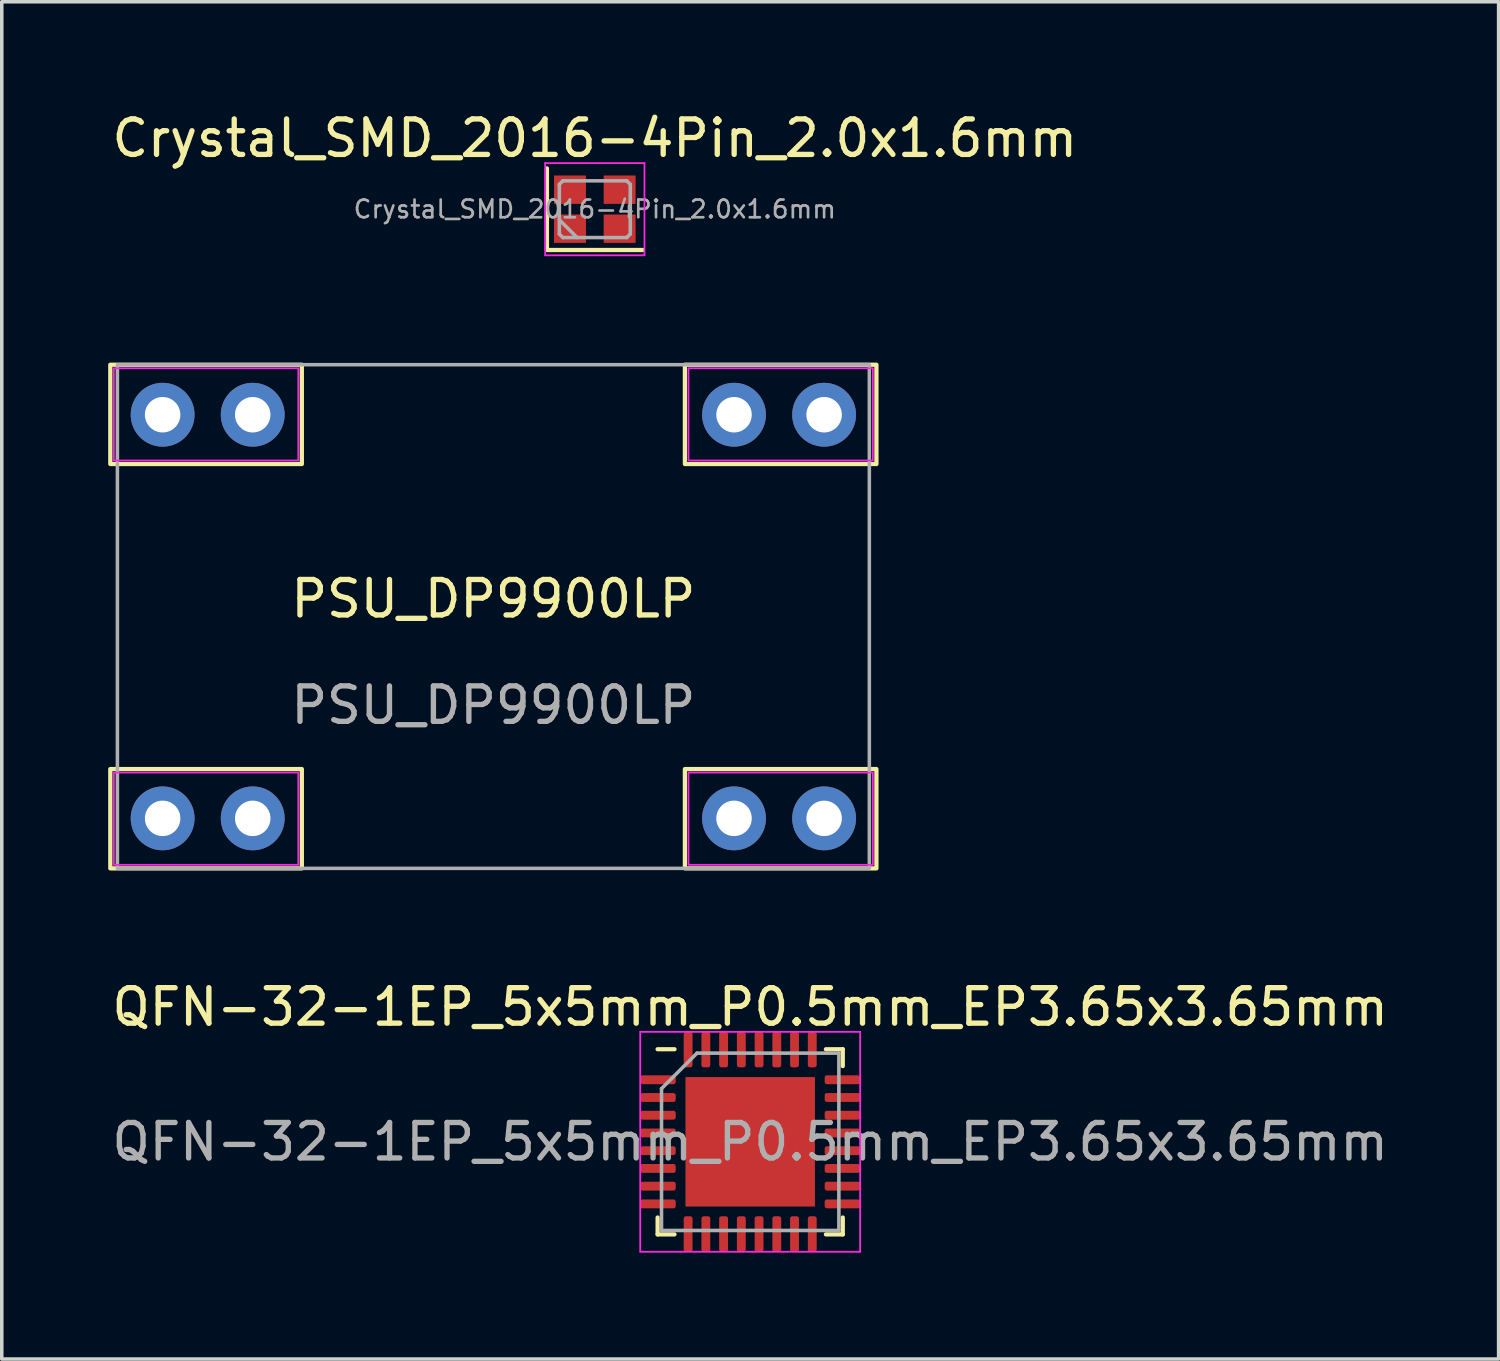
<source format=kicad_pcb>
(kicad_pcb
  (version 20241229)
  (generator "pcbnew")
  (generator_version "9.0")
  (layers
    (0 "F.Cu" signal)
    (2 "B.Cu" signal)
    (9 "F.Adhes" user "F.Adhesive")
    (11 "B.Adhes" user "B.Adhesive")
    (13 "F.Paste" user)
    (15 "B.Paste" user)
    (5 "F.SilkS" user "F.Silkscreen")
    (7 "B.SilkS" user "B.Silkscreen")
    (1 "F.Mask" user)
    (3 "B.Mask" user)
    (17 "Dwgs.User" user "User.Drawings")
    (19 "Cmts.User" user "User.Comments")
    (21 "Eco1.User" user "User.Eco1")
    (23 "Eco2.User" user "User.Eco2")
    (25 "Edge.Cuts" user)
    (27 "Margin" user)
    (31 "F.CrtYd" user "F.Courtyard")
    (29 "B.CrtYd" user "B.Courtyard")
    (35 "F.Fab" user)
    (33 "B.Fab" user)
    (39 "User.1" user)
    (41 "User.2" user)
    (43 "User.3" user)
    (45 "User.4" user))
  (footprint "PSU_DP9900LP"
    (layer "F.Cu")
    (at 10.86 14.333)
    (property "Reference" "PSU_DP9900LP" (at 0 -0.5 0) (unlocked yes) (layer "F.SilkS") (effects (font (size 1 1) (thickness 0.15))))
    (attr through_hole)
    (fp_rect (start -10.8 -7.1) (end -5.4 -4.3) (stroke (width 0.12) (type solid)) (fill no) (layer "F.SilkS"))
    (fp_rect (start -10.8 4.3) (end -5.4 7.1) (stroke (width 0.12) (type solid)) (fill no) (layer "F.SilkS"))
    (fp_rect (start 5.4 -7.1) (end 10.8 -4.3) (stroke (width 0.12) (type solid)) (fill no) (layer "F.SilkS"))
    (fp_rect (start 5.4 4.3) (end 10.8 7.1) (stroke (width 0.12) (type solid)) (fill no) (layer "F.SilkS"))
    (fp_rect (start -5.5 -4.4) (end -10.7 -7) (stroke (width 0.05) (type solid)) (fill no) (layer "F.CrtYd"))
    (fp_rect (start -5.5 7) (end -10.7 4.4) (stroke (width 0.05) (type solid)) (fill no) (layer "F.CrtYd"))
    (fp_rect (start 10.7 -4.4) (end 5.5 -7) (stroke (width 0.05) (type solid)) (fill no) (layer "F.CrtYd"))
    (fp_rect (start 10.7 7) (end 5.5 4.4) (stroke (width 0.05) (type solid)) (fill no) (layer "F.CrtYd"))
    (fp_rect (start -10.6 -7.1) (end 10.6 7.1) (stroke (width 0.1) (type solid)) (fill no) (layer "F.Fab"))
    (fp_text user "${REFERENCE}" (at 0 2.5 0) (unlocked yes) (layer "F.Fab") (effects (font (size 1 1) (thickness 0.15))))
    (pad "1" thru_hole circle (at -9.325 5.69) (size 1.8 1.8) (drill 1) (layers "*.Cu" "*.Mask"))
    (pad "2" thru_hole circle (at -6.785 5.69) (size 1.8 1.8) (drill 1) (layers "*.Cu" "*.Mask"))
    (pad "3" thru_hole circle (at 6.785 5.69) (size 1.8 1.8) (drill 1) (layers "*.Cu" "*.Mask"))
    (pad "4" thru_hole circle (at 9.325 5.69) (size 1.8 1.8) (drill 1) (layers "*.Cu" "*.Mask"))
    (pad "5" thru_hole circle (at 9.325 -5.69) (size 1.8 1.8) (drill 1) (layers "*.Cu" "*.Mask"))
    (pad "6" thru_hole circle (at 6.785 -5.69) (size 1.8 1.8) (drill 1) (layers "*.Cu" "*.Mask"))
    (pad "7" thru_hole circle (at -6.785 -5.69) (size 1.8 1.8) (drill 1) (layers "*.Cu" "*.Mask"))
    (pad "8" thru_hole circle (at -9.325 -5.69) (size 1.8 1.8) (drill 1) (layers "*.Cu" "*.Mask")))
  (footprint "Crystal_SMD_2016-4Pin_2.0x1.6mm"
    (layer "F.Cu")
    (at 13.72 2.848)
    (property "Reference" "Crystal_SMD_2016-4Pin_2.0x1.6mm" (at 0 -2 0) (layer "F.SilkS") (effects (font (size 1 1) (thickness 0.15))))
    (attr smd)
    (fp_line (start -1.35 -1.15) (end -1.35 1.15) (stroke (width 0.12) (type solid)) (layer "F.SilkS"))
    (fp_line (start -1.35 1.15) (end 1.35 1.15) (stroke (width 0.12) (type solid)) (layer "F.SilkS"))
    (fp_line (start -1.4 -1.3) (end -1.4 1.3) (stroke (width 0.05) (type solid)) (layer "F.CrtYd"))
    (fp_line (start -1.4 1.3) (end 1.4 1.3) (stroke (width 0.05) (type solid)) (layer "F.CrtYd"))
    (fp_line (start 1.4 -1.3) (end -1.4 -1.3) (stroke (width 0.05) (type solid)) (layer "F.CrtYd"))
    (fp_line (start 1.4 1.3) (end 1.4 -1.3) (stroke (width 0.05) (type solid)) (layer "F.CrtYd"))
    (fp_line (start -1 -0.7) (end -0.9 -0.8) (stroke (width 0.1) (type solid)) (layer "F.Fab"))
    (fp_line (start -1 0.3) (end -0.5 0.8) (stroke (width 0.1) (type solid)) (layer "F.Fab"))
    (fp_line (start -1 0.7) (end -1 -0.7) (stroke (width 0.1) (type solid)) (layer "F.Fab"))
    (fp_line (start -0.9 -0.8) (end 0.9 -0.8) (stroke (width 0.1) (type solid)) (layer "F.Fab"))
    (fp_line (start -0.9 0.8) (end -1 0.7) (stroke (width 0.1) (type solid)) (layer "F.Fab"))
    (fp_line (start 0.9 -0.8) (end 1 -0.7) (stroke (width 0.1) (type solid)) (layer "F.Fab"))
    (fp_line (start 0.9 0.8) (end -0.9 0.8) (stroke (width 0.1) (type solid)) (layer "F.Fab"))
    (fp_line (start 1 -0.7) (end 1 0.7) (stroke (width 0.1) (type solid)) (layer "F.Fab"))
    (fp_line (start 1 0.7) (end 0.9 0.8) (stroke (width 0.1) (type solid)) (layer "F.Fab"))
    (fp_text user "${REFERENCE}" (at 0 0 0) (layer "F.Fab") (effects (font (size 0.5 0.5) (thickness 0.075))))
    (pad "1" smd rect (at -0.7 0.55) (size 0.9 0.8) (layers "F.Cu" "F.Mask" "F.Paste"))
    (pad "2" smd rect (at 0.7 0.55) (size 0.9 0.8) (layers "F.Cu" "F.Mask" "F.Paste"))
    (pad "3" smd rect (at 0.7 -0.55) (size 0.9 0.8) (layers "F.Cu" "F.Mask" "F.Paste"))
    (pad "4" smd rect (at -0.7 -0.55) (size 0.9 0.8) (layers "F.Cu" "F.Mask" "F.Paste")))
  (footprint "QFN-32-1EP_5x5mm_P0.5mm_EP3.65x3.65mm"
    (layer "F.Cu")
    (at 18.101 29.142)
    (property "Reference" "QFN-32-1EP_5x5mm_P0.5mm_EP3.65x3.65mm" (at 0 -3.8 0) (layer "F.SilkS") (effects (font (size 1 1) (thickness 0.15))))
    (attr smd)
    (fp_line (start -2.61 2.61) (end -2.61 2.135) (stroke (width 0.12) (type solid)) (layer "F.SilkS"))
    (fp_line (start -2.135 -2.61) (end -2.61 -2.61) (stroke (width 0.12) (type solid)) (layer "F.SilkS"))
    (fp_line (start -2.135 2.61) (end -2.61 2.61) (stroke (width 0.12) (type solid)) (layer "F.SilkS"))
    (fp_line (start 2.135 -2.61) (end 2.61 -2.61) (stroke (width 0.12) (type solid)) (layer "F.SilkS"))
    (fp_line (start 2.135 2.61) (end 2.61 2.61) (stroke (width 0.12) (type solid)) (layer "F.SilkS"))
    (fp_line (start 2.61 -2.61) (end 2.61 -2.135) (stroke (width 0.12) (type solid)) (layer "F.SilkS"))
    (fp_line (start 2.61 2.61) (end 2.61 2.135) (stroke (width 0.12) (type solid)) (layer "F.SilkS"))
    (fp_line (start -3.1 -3.1) (end -3.1 3.1) (stroke (width 0.05) (type solid)) (layer "F.CrtYd"))
    (fp_line (start -3.1 3.1) (end 3.1 3.1) (stroke (width 0.05) (type solid)) (layer "F.CrtYd"))
    (fp_line (start 3.1 -3.1) (end -3.1 -3.1) (stroke (width 0.05) (type solid)) (layer "F.CrtYd"))
    (fp_line (start 3.1 3.1) (end 3.1 -3.1) (stroke (width 0.05) (type solid)) (layer "F.CrtYd"))
    (fp_line (start -2.5 -1.5) (end -1.5 -2.5) (stroke (width 0.1) (type solid)) (layer "F.Fab"))
    (fp_line (start -2.5 2.5) (end -2.5 -1.5) (stroke (width 0.1) (type solid)) (layer "F.Fab"))
    (fp_line (start -1.5 -2.5) (end 2.5 -2.5) (stroke (width 0.1) (type solid)) (layer "F.Fab"))
    (fp_line (start 2.5 -2.5) (end 2.5 2.5) (stroke (width 0.1) (type solid)) (layer "F.Fab"))
    (fp_line (start 2.5 2.5) (end -2.5 2.5) (stroke (width 0.1) (type solid)) (layer "F.Fab"))
    (fp_text user "${REFERENCE}" (at 0 0 0) (layer "F.Fab") (effects (font (size 1 1) (thickness 0.15))))
    (pad "" smd roundrect (at -1.22 -1.22) (size 0.98 0.98) (layers "F.Paste") (roundrect_rratio 0.25))
    (pad "" smd roundrect (at -1.22 0) (size 0.98 0.98) (layers "F.Paste") (roundrect_rratio 0.25))
    (pad "" smd roundrect (at -1.22 1.22) (size 0.98 0.98) (layers "F.Paste") (roundrect_rratio 0.25))
    (pad "" smd roundrect (at 0 -1.22) (size 0.98 0.98) (layers "F.Paste") (roundrect_rratio 0.25))
    (pad "" smd roundrect (at 0 0) (size 0.98 0.98) (layers "F.Paste") (roundrect_rratio 0.25))
    (pad "" smd roundrect (at 0 1.22) (size 0.98 0.98) (layers "F.Paste") (roundrect_rratio 0.25))
    (pad "" smd roundrect (at 1.22 -1.22) (size 0.98 0.98) (layers "F.Paste") (roundrect_rratio 0.25))
    (pad "" smd roundrect (at 1.22 0) (size 0.98 0.98) (layers "F.Paste") (roundrect_rratio 0.25))
    (pad "" smd roundrect (at 1.22 1.22) (size 0.98 0.98) (layers "F.Paste") (roundrect_rratio 0.25))
    (pad "1" smd roundrect (at -2.6 -1.75) (size 1 0.25) (layers "F.Cu" "F.Mask" "F.Paste") (roundrect_rratio 0.25))
    (pad "2" smd roundrect (at -2.6 -1.25) (size 1 0.25) (layers "F.Cu" "F.Mask" "F.Paste") (roundrect_rratio 0.25))
    (pad "3" smd roundrect (at -2.6 -0.75) (size 1 0.25) (layers "F.Cu" "F.Mask" "F.Paste") (roundrect_rratio 0.25))
    (pad "4" smd roundrect (at -2.6 -0.25) (size 1 0.25) (layers "F.Cu" "F.Mask" "F.Paste") (roundrect_rratio 0.25))
    (pad "5" smd roundrect (at -2.6 0.25) (size 1 0.25) (layers "F.Cu" "F.Mask" "F.Paste") (roundrect_rratio 0.25))
    (pad "6" smd roundrect (at -2.6 0.75) (size 1 0.25) (layers "F.Cu" "F.Mask" "F.Paste") (roundrect_rratio 0.25))
    (pad "7" smd roundrect (at -2.6 1.25) (size 1 0.25) (layers "F.Cu" "F.Mask" "F.Paste") (roundrect_rratio 0.25))
    (pad "8" smd roundrect (at -2.6 1.75) (size 1 0.25) (layers "F.Cu" "F.Mask" "F.Paste") (roundrect_rratio 0.25))
    (pad "9" smd roundrect (at -1.75 2.6) (size 0.25 1) (layers "F.Cu" "F.Mask" "F.Paste") (roundrect_rratio 0.25))
    (pad "10" smd roundrect (at -1.25 2.6) (size 0.25 1) (layers "F.Cu" "F.Mask" "F.Paste") (roundrect_rratio 0.25))
    (pad "11" smd roundrect (at -0.75 2.6) (size 0.25 1) (layers "F.Cu" "F.Mask" "F.Paste") (roundrect_rratio 0.25))
    (pad "12" smd roundrect (at -0.25 2.6) (size 0.25 1) (layers "F.Cu" "F.Mask" "F.Paste") (roundrect_rratio 0.25))
    (pad "13" smd roundrect (at 0.25 2.6) (size 0.25 1) (layers "F.Cu" "F.Mask" "F.Paste") (roundrect_rratio 0.25))
    (pad "14" smd roundrect (at 0.75 2.6) (size 0.25 1) (layers "F.Cu" "F.Mask" "F.Paste") (roundrect_rratio 0.25))
    (pad "15" smd roundrect (at 1.25 2.6) (size 0.25 1) (layers "F.Cu" "F.Mask" "F.Paste") (roundrect_rratio 0.25))
    (pad "16" smd roundrect (at 1.75 2.6) (size 0.25 1) (layers "F.Cu" "F.Mask" "F.Paste") (roundrect_rratio 0.25))
    (pad "17" smd roundrect (at 2.6 1.75) (size 1 0.25) (layers "F.Cu" "F.Mask" "F.Paste") (roundrect_rratio 0.25))
    (pad "18" smd roundrect (at 2.6 1.25) (size 1 0.25) (layers "F.Cu" "F.Mask" "F.Paste") (roundrect_rratio 0.25))
    (pad "19" smd roundrect (at 2.6 0.75) (size 1 0.25) (layers "F.Cu" "F.Mask" "F.Paste") (roundrect_rratio 0.25))
    (pad "20" smd roundrect (at 2.6 0.25) (size 1 0.25) (layers "F.Cu" "F.Mask" "F.Paste") (roundrect_rratio 0.25))
    (pad "21" smd roundrect (at 2.6 -0.25) (size 1 0.25) (layers "F.Cu" "F.Mask" "F.Paste") (roundrect_rratio 0.25))
    (pad "22" smd roundrect (at 2.6 -0.75) (size 1 0.25) (layers "F.Cu" "F.Mask" "F.Paste") (roundrect_rratio 0.25))
    (pad "23" smd roundrect (at 2.6 -1.25) (size 1 0.25) (layers "F.Cu" "F.Mask" "F.Paste") (roundrect_rratio 0.25))
    (pad "24" smd roundrect (at 2.6 -1.75) (size 1 0.25) (layers "F.Cu" "F.Mask" "F.Paste") (roundrect_rratio 0.25))
    (pad "25" smd roundrect (at 1.75 -2.6) (size 0.25 1) (layers "F.Cu" "F.Mask" "F.Paste") (roundrect_rratio 0.25))
    (pad "26" smd roundrect (at 1.25 -2.6) (size 0.25 1) (layers "F.Cu" "F.Mask" "F.Paste") (roundrect_rratio 0.25))
    (pad "27" smd roundrect (at 0.75 -2.6) (size 0.25 1) (layers "F.Cu" "F.Mask" "F.Paste") (roundrect_rratio 0.25))
    (pad "28" smd roundrect (at 0.25 -2.6) (size 0.25 1) (layers "F.Cu" "F.Mask" "F.Paste") (roundrect_rratio 0.25))
    (pad "29" smd roundrect (at -0.25 -2.6) (size 0.25 1) (layers "F.Cu" "F.Mask" "F.Paste") (roundrect_rratio 0.25))
    (pad "30" smd roundrect (at -0.75 -2.6) (size 0.25 1) (layers "F.Cu" "F.Mask" "F.Paste") (roundrect_rratio 0.25))
    (pad "31" smd roundrect (at -1.25 -2.6) (size 0.25 1) (layers "F.Cu" "F.Mask" "F.Paste") (roundrect_rratio 0.25))
    (pad "32" smd roundrect (at -1.75 -2.6) (size 0.25 1) (layers "F.Cu" "F.Mask" "F.Paste") (roundrect_rratio 0.25))
    (pad "33" smd rect (at 0 0) (size 3.65 3.65) (layers "F.Cu" "F.Mask")))
  (gr_rect
    (start -3 -3)
    (end 39.202 35.267)
    (stroke (width 0.1) (type default))
    (fill no)
    (layer "Edge.Cuts")))
</source>
